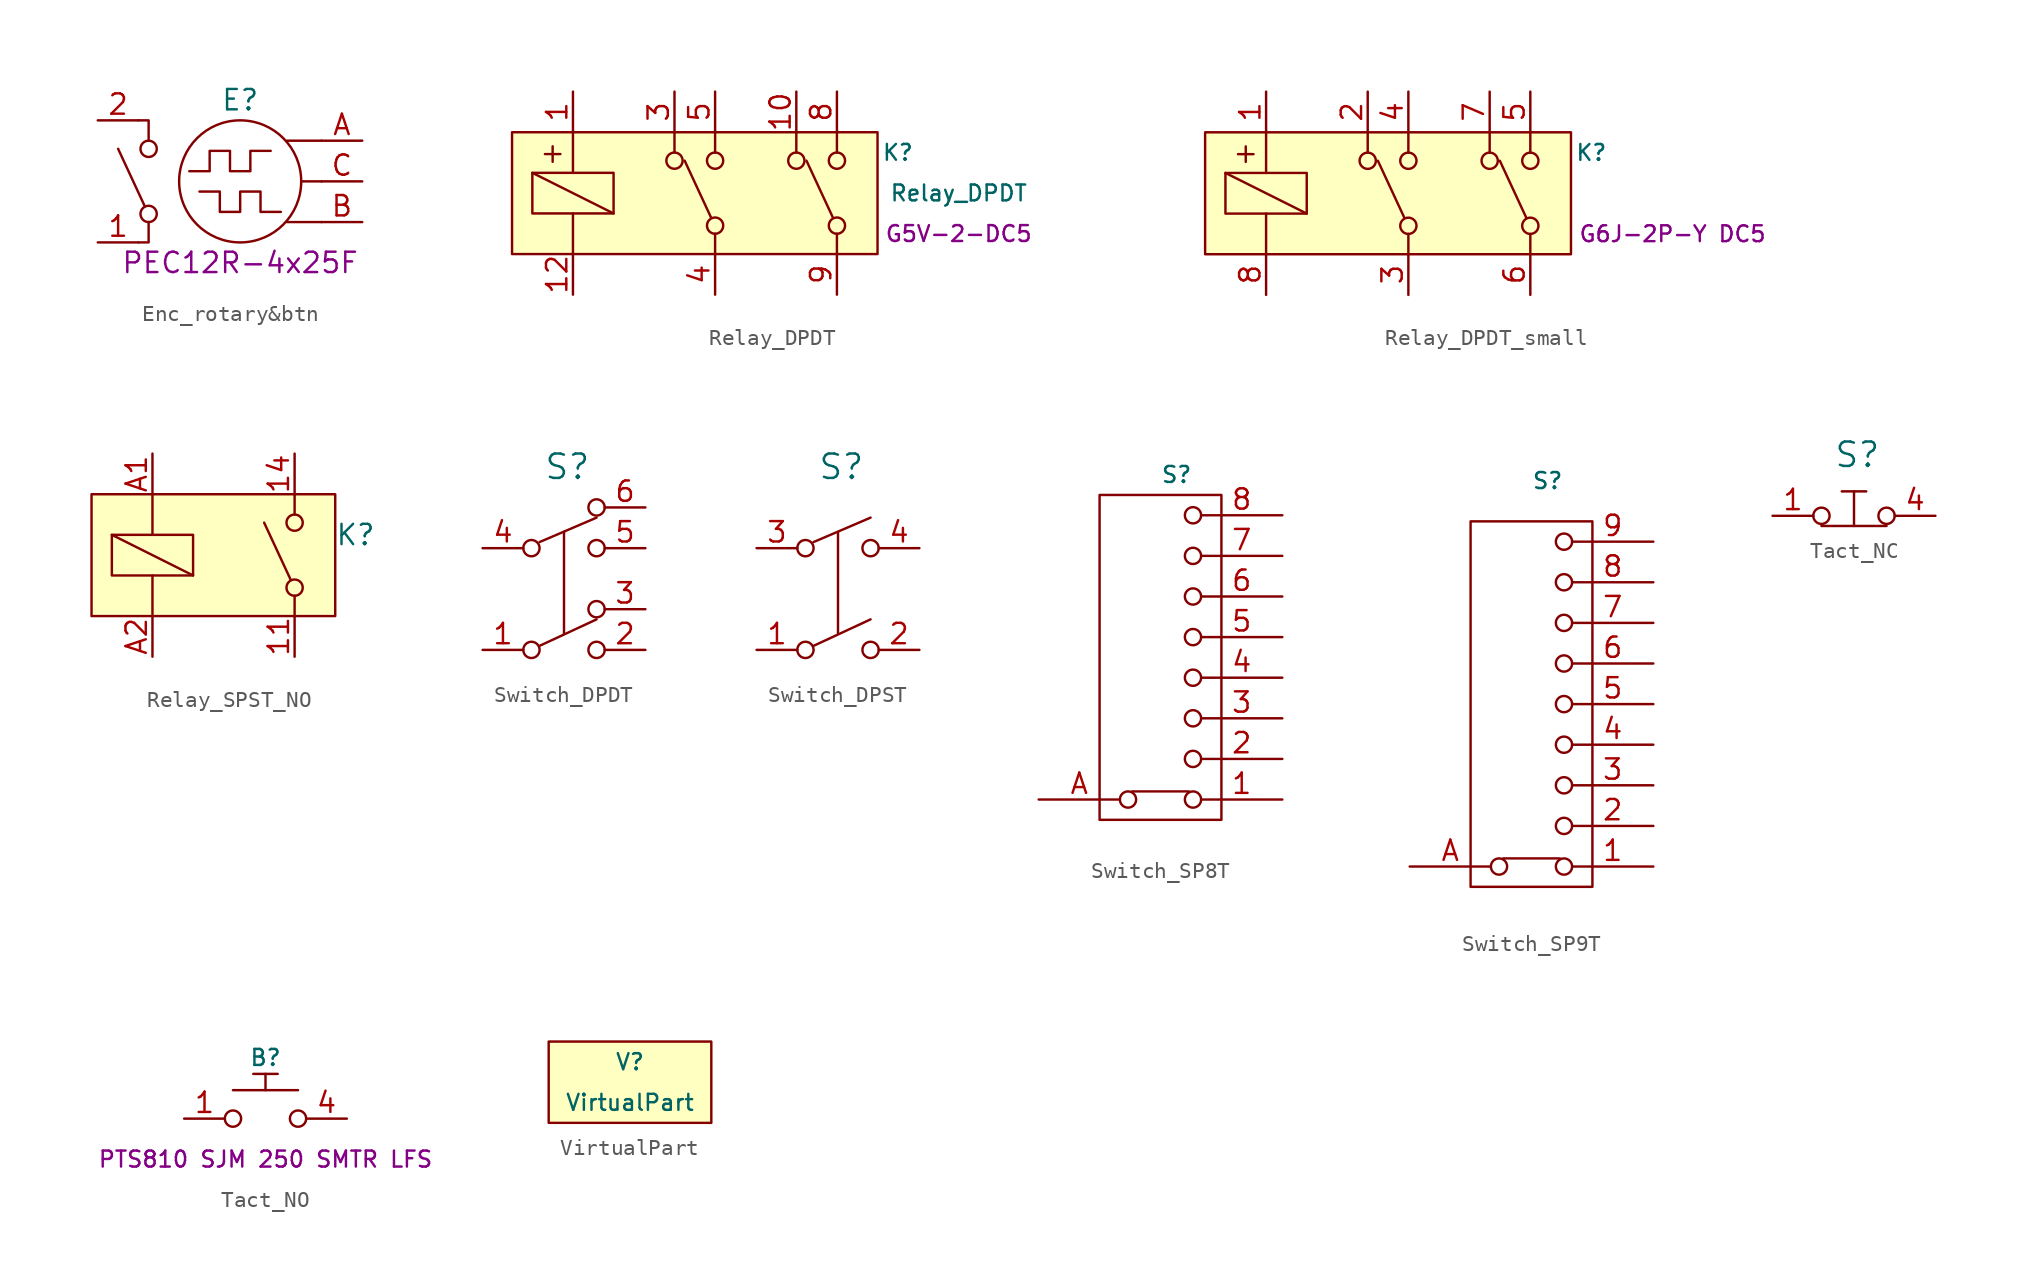
<source format=kicad_sym>
(kicad_symbol_lib
  (version 20231120)
  (generator "kicad_symbol_editor")
  (generator_version "8.0")
  (symbol "Enc_rotary&btn"
    (property "Reference" "E"
      (at 0 5.08 0)
      (effects (font (size 1.27 1.27))))
    (property "MPN" "PEC12R-4x25F"
      (at 0 -5.08 0)
      (effects (font (size 1.27 1.27))))
    (symbol "Enc_rotary&btn_0_1"
      (polyline (pts (xy 2.921 -2.54) (xy 5.08 -2.54)) (stroke (width 0) (type default)) (fill (type none)))
      (polyline (pts (xy 2.921 2.54) (xy 5.08 2.54)) (stroke (width 0) (type default)) (fill (type none)))
      (polyline (pts (xy 3.81 0) (xy 5.08 0)) (stroke (width 0) (type default)) (fill (type none)))
      (polyline (pts (xy -6.35 -3.81) (xy -5.715 -3.81) (xy -5.715 -2.54)) (stroke (width 0) (type default)) (fill (type none)))
      (polyline (pts (xy -5.715 2.54) (xy -5.715 3.81) (xy -6.35 3.81)) (stroke (width 0) (type default)) (fill (type none)))
      (polyline (pts (xy -3.175 0.635) (xy -1.905 0.635) (xy -1.905 1.905) (xy -0.635 1.905) (xy -0.635 0.635) (xy 0.635 0.635) (xy 0.635 1.905) (xy 1.905 1.905)) (stroke (width 0) (type default)) (fill (type none)))
      (polyline (pts (xy -2.54 -0.635) (xy -1.27 -0.635) (xy -1.27 -1.905) (xy 0 -1.905) (xy 0 -0.635) (xy 1.27 -0.635) (xy 1.27 -1.905) (xy 2.54 -1.905)) (stroke (width 0) (type default)) (fill (type none)))
      (circle (center 0 0) (radius 3.81) (stroke (width 0) (type default)) (fill (type none))))
    (symbol "Enc_rotary&btn_1_1"
      (circle (center -5.715 -2.032) (radius 0.508) (stroke (width 0) (type default)) (fill (type none)))
      (circle (center -5.715 2.032) (radius 0.508) (stroke (width 0) (type default)) (fill (type none)))
      (polyline (pts (xy -5.969 -1.524) (xy -7.62 2.032)) (stroke (width 0) (type default)) (fill (type none)))
      (pin passive line (at -8.89 -3.81 0) (length 2.54) (name "~" (effects (font (size 1.27 1.27)))) (number "1" (effects (font (size 1.27 1.27)))))
      (pin passive line (at -8.89 3.81 0) (length 2.54) (name "~" (effects (font (size 1.27 1.27)))) (number "2" (effects (font (size 1.27 1.27)))))
      (pin passive line (at 7.62 2.54 180) (length 2.54) (name "~" (effects (font (size 1.27 1.27)))) (number "A" (effects (font (size 1.27 1.27)))))
      (pin passive line (at 7.62 -2.54 180) (length 2.54) (name "~" (effects (font (size 1.27 1.27)))) (number "B" (effects (font (size 1.27 1.27)))))
      (pin passive line (at 7.62 0 180) (length 2.54) (name "~" (effects (font (size 1.27 1.27)))) (number "C" (effects (font (size 1.27 1.27)))))))
  (symbol "Relay_DPDT"
    (property "Reference" "K"
      (at 11.43 2.54 0)
      (effects (font (size 0.991 0.991))))
    (property "Value" "Relay_DPDT"
      (at 15.24 0 0)
      (effects (font (size 0.991 0.991))))
    (property "MPN" "G5V-2-DC5"
      (at 15.24 -2.54 0)
      (effects (font (size 0.991 0.991))))
    (symbol "Relay_DPDT_0_0"
      (text "+" (at -10.16 2.54 0) (effects (font (size 1.27 1.27)))))
    (symbol "Relay_DPDT_0_1"
      (rectangle (start -12.7 3.81) (end 10.16 -3.81) (stroke (width 0) (type default)) (fill (type background)))
      (rectangle (start -11.43 1.27) (end -6.35 -1.27) (stroke (width 0) (type default)) (fill (type none)))
      (polyline (pts (xy -11.43 1.27) (xy -6.35 -1.27)) (stroke (width 0) (type default)) (fill (type none)))
      (polyline (pts (xy -8.89 -1.27) (xy -8.89 -3.81)) (stroke (width 0) (type default)) (fill (type none)))
      (polyline (pts (xy -8.89 1.27) (xy -8.89 3.81)) (stroke (width 0) (type default)) (fill (type none)))
      (polyline (pts (xy 0 -3.81) (xy 0 -2.54)) (stroke (width 0) (type default)) (fill (type none)))
      (polyline (pts (xy 0 2.54) (xy 0 3.81)) (stroke (width 0) (type default)) (fill (type none))))
    (symbol "Relay_DPDT_1_1"
      (circle (center -2.54 2.032) (radius 0.508) (stroke (width 0) (type default)) (fill (type none)))
      (circle (center 0 -2.032) (radius 0.508) (stroke (width 0) (type default)) (fill (type none)))
      (polyline (pts (xy -2.54 2.54) (xy -2.54 3.81)) (stroke (width 0) (type default)) (fill (type none)))
      (polyline (pts (xy -0.254 -1.524) (xy -1.905 2.032)) (stroke (width 0) (type default)) (fill (type none)))
      (polyline (pts (xy 5.08 2.54) (xy 5.08 3.81)) (stroke (width 0) (type default)) (fill (type none)))
      (polyline (pts (xy 7.366 -1.524) (xy 5.715 2.032)) (stroke (width 0) (type default)) (fill (type none)))
      (polyline (pts (xy 7.62 -3.81) (xy 7.62 -2.54)) (stroke (width 0) (type default)) (fill (type none)))
      (polyline (pts (xy 7.62 2.54) (xy 7.62 3.81)) (stroke (width 0) (type default)) (fill (type none)))
      (circle (center 0 2.032) (radius 0.508) (stroke (width 0) (type default)) (fill (type none)))
      (circle (center 5.08 2.032) (radius 0.508) (stroke (width 0) (type default)) (fill (type none)))
      (circle (center 7.62 -2.032) (radius 0.508) (stroke (width 0) (type default)) (fill (type none)))
      (circle (center 7.62 2.032) (radius 0.508) (stroke (width 0) (type default)) (fill (type none)))
      (pin passive line (at -8.89 6.35 270) (length 2.54) (name "~" (effects (font (size 1.27 1.27)))) (number "1" (effects (font (size 1.27 1.27)))))
      (pin passive line (at 5.08 6.35 270) (length 2.54) (name "~" (effects (font (size 1.27 1.27)))) (number "10" (effects (font (size 1.27 1.27)))))
      (pin passive line (at -8.89 -6.35 90) (length 2.54) (name "~" (effects (font (size 1.27 1.27)))) (number "12" (effects (font (size 1.27 1.27)))))
      (pin passive line (at -2.54 6.35 270) (length 2.54) (name "~" (effects (font (size 1.27 1.27)))) (number "3" (effects (font (size 1.27 1.27)))))
      (pin passive line (at 0 -6.35 90) (length 2.54) (name "~" (effects (font (size 1.27 1.27)))) (number "4" (effects (font (size 1.27 1.27)))))
      (pin passive line (at 0 6.35 270) (length 2.54) (name "~" (effects (font (size 1.27 1.27)))) (number "5" (effects (font (size 1.27 1.27)))))
      (pin passive line (at 7.62 6.35 270) (length 2.54) (name "~" (effects (font (size 1.27 1.27)))) (number "8" (effects (font (size 1.27 1.27)))))
      (pin passive line (at 7.62 -6.35 90) (length 2.54) (name "~" (effects (font (size 1.27 1.27)))) (number "9" (effects (font (size 1.27 1.27)))))))
  (symbol "Relay_DPDT_small"
    (property "Reference" "K"
      (at 11.43 2.54 0)
      (effects (font (size 0.991 0.991))))
    (property "MPN" "G6J-2P-Y DC5"
      (at 16.51 -2.54 0)
      (effects (font (size 0.991 0.991))))
    (symbol "Relay_DPDT_small_0_0"
      (text "+" (at -10.16 2.54 0) (effects (font (size 1.27 1.27)))))
    (symbol "Relay_DPDT_small_0_1"
      (rectangle (start -12.7 3.81) (end 10.16 -3.81) (stroke (width 0) (type default)) (fill (type background)))
      (rectangle (start -11.43 1.27) (end -6.35 -1.27) (stroke (width 0) (type default)) (fill (type none)))
      (polyline (pts (xy -11.43 1.27) (xy -6.35 -1.27)) (stroke (width 0) (type default)) (fill (type none)))
      (polyline (pts (xy -8.89 -1.27) (xy -8.89 -3.81)) (stroke (width 0) (type default)) (fill (type none)))
      (polyline (pts (xy -8.89 1.27) (xy -8.89 3.81)) (stroke (width 0) (type default)) (fill (type none)))
      (polyline (pts (xy 0 -3.81) (xy 0 -2.54)) (stroke (width 0) (type default)) (fill (type none)))
      (polyline (pts (xy 0 2.54) (xy 0 3.81)) (stroke (width 0) (type default)) (fill (type none))))
    (symbol "Relay_DPDT_small_1_1"
      (circle (center -2.54 2.032) (radius 0.508) (stroke (width 0) (type default)) (fill (type none)))
      (circle (center 0 -2.032) (radius 0.508) (stroke (width 0) (type default)) (fill (type none)))
      (polyline (pts (xy -2.54 2.54) (xy -2.54 3.81)) (stroke (width 0) (type default)) (fill (type none)))
      (polyline (pts (xy -0.254 -1.524) (xy -1.905 2.032)) (stroke (width 0) (type default)) (fill (type none)))
      (polyline (pts (xy 5.08 2.54) (xy 5.08 3.81)) (stroke (width 0) (type default)) (fill (type none)))
      (polyline (pts (xy 7.366 -1.524) (xy 5.715 2.032)) (stroke (width 0) (type default)) (fill (type none)))
      (polyline (pts (xy 7.62 -3.81) (xy 7.62 -2.54)) (stroke (width 0) (type default)) (fill (type none)))
      (polyline (pts (xy 7.62 2.54) (xy 7.62 3.81)) (stroke (width 0) (type default)) (fill (type none)))
      (circle (center 0 2.032) (radius 0.508) (stroke (width 0) (type default)) (fill (type none)))
      (circle (center 5.08 2.032) (radius 0.508) (stroke (width 0) (type default)) (fill (type none)))
      (circle (center 7.62 -2.032) (radius 0.508) (stroke (width 0) (type default)) (fill (type none)))
      (circle (center 7.62 2.032) (radius 0.508) (stroke (width 0) (type default)) (fill (type none)))
      (pin passive line (at -8.89 6.35 270) (length 2.54) (name "~" (effects (font (size 1.27 1.27)))) (number "1" (effects (font (size 1.27 1.27)))))
      (pin passive line (at -2.54 6.35 270) (length 2.54) (name "~" (effects (font (size 1.27 1.27)))) (number "2" (effects (font (size 1.27 1.27)))))
      (pin passive line (at 0 -6.35 90) (length 2.54) (name "~" (effects (font (size 1.27 1.27)))) (number "3" (effects (font (size 1.27 1.27)))))
      (pin passive line (at 0 6.35 270) (length 2.54) (name "~" (effects (font (size 1.27 1.27)))) (number "4" (effects (font (size 1.27 1.27)))))
      (pin passive line (at 7.62 6.35 270) (length 2.54) (name "~" (effects (font (size 1.27 1.27)))) (number "5" (effects (font (size 1.27 1.27)))))
      (pin passive line (at 7.62 -6.35 90) (length 2.54) (name "~" (effects (font (size 1.27 1.27)))) (number "6" (effects (font (size 1.27 1.27)))))
      (pin passive line (at 5.08 6.35 270) (length 2.54) (name "~" (effects (font (size 1.27 1.27)))) (number "7" (effects (font (size 1.27 1.27)))))
      (pin passive line (at -8.89 -6.35 90) (length 2.54) (name "~" (effects (font (size 1.27 1.27)))) (number "8" (effects (font (size 1.27 1.27)))))))
  (symbol "Relay_SPST_NO"
    (property "Reference" "K"
      (at 3.81 1.27 0)
      (effects (font (size 1.27 1.27))))
    (symbol "Relay_SPST_NO_0_1"
      (rectangle (start -12.7 3.81) (end 2.54 -3.81) (stroke (width 0) (type default)) (fill (type background)))
      (rectangle (start -11.43 1.27) (end -6.35 -1.27) (stroke (width 0) (type default)) (fill (type none)))
      (polyline (pts (xy -11.43 1.27) (xy -6.35 -1.27)) (stroke (width 0) (type default)) (fill (type none)))
      (polyline (pts (xy -8.89 -1.27) (xy -8.89 -3.81)) (stroke (width 0) (type default)) (fill (type none)))
      (polyline (pts (xy -8.89 1.27) (xy -8.89 3.81)) (stroke (width 0) (type default)) (fill (type none)))
      (polyline (pts (xy 0 -3.81) (xy 0 -2.54)) (stroke (width 0) (type default)) (fill (type none)))
      (polyline (pts (xy 0 2.54) (xy 0 3.81)) (stroke (width 0) (type default)) (fill (type none))))
    (symbol "Relay_SPST_NO_1_1"
      (circle (center 0 -2.032) (radius 0.508) (stroke (width 0) (type default)) (fill (type none)))
      (polyline (pts (xy -0.254 -1.524) (xy -1.905 2.032)) (stroke (width 0) (type default)) (fill (type none)))
      (circle (center 0 2.032) (radius 0.508) (stroke (width 0) (type default)) (fill (type none)))
      (pin passive line (at 0 -6.35 90) (length 2.54) (name "~" (effects (font (size 1.27 1.27)))) (number "11" (effects (font (size 1.27 1.27)))))
      (pin passive line (at 0 6.35 270) (length 2.54) (name "~" (effects (font (size 1.27 1.27)))) (number "14" (effects (font (size 1.27 1.27)))))
      (pin passive line (at -8.89 6.35 270) (length 2.54) (name "~" (effects (font (size 1.27 1.27)))) (number "A1" (effects (font (size 1.27 1.27)))))
      (pin passive line (at -8.89 -6.35 90) (length 2.54) (name "~" (effects (font (size 1.27 1.27)))) (number "A2" (effects (font (size 1.27 1.27)))))))
  (symbol "Switch_DPDT"
    (pin_names hide)
    (property "Reference" "S"
      (at -1.27 11.43 0)
      (effects (font (size 1.524 1.524)) (justify left)))
    (symbol "Switch_DPDT_0_1"
      (circle (center -2.032 0) (radius 0.508) (stroke (width 0) (type default)) (fill (type none)))
      (circle (center -2.032 6.35) (radius 0.508) (stroke (width 0) (type default)) (fill (type none)))
      (polyline (pts (xy -1.524 0.254) (xy 2.032 1.905)) (stroke (width 0) (type default)) (fill (type none)))
      (polyline (pts (xy -1.524 6.731) (xy 2.032 8.255)) (stroke (width 0) (type default)) (fill (type none)))
      (polyline (pts (xy 0 7.366) (xy 0 1.016)) (stroke (width 0) (type default)) (fill (type none)))
      (circle (center 2.032 0) (radius 0.508) (stroke (width 0) (type default)) (fill (type none)))
      (circle (center 2.032 2.54) (radius 0.508) (stroke (width 0) (type default)) (fill (type none)))
      (circle (center 2.032 6.35) (radius 0.508) (stroke (width 0) (type default)) (fill (type none)))
      (circle (center 2.032 8.89) (radius 0.508) (stroke (width 0) (type default)) (fill (type none))))
    (symbol "Switch_DPDT_1_1"
      (pin passive line (at -5.08 0 0) (length 2.54) (name "1" (effects (font (size 1.27 1.27)))) (number "1" (effects (font (size 1.27 1.27)))))
      (pin passive line (at 5.08 0 180) (length 2.54) (name "2" (effects (font (size 1.27 1.27)))) (number "2" (effects (font (size 1.27 1.27)))))
      (pin passive line (at 5.08 2.54 180) (length 2.54) (name "3" (effects (font (size 1.27 1.27)))) (number "3" (effects (font (size 1.27 1.27)))))
      (pin passive line (at -5.08 6.35 0) (length 2.54) (name "4" (effects (font (size 1.27 1.27)))) (number "4" (effects (font (size 1.27 1.27)))))
      (pin passive line (at 5.08 6.35 180) (length 2.54) (name "5" (effects (font (size 1.27 1.27)))) (number "5" (effects (font (size 1.27 1.27)))))
      (pin passive line (at 5.08 8.89 180) (length 2.54) (name "6" (effects (font (size 1.27 1.27)))) (number "6" (effects (font (size 1.27 1.27)))))))
  (symbol "Switch_DPST"
    (pin_names hide)
    (property "Reference" "S"
      (at -1.27 11.43 0)
      (effects (font (size 1.524 1.524)) (justify left)))
    (symbol "Switch_DPST_0_1"
      (circle (center -2.032 0) (radius 0.508) (stroke (width 0) (type default)) (fill (type none)))
      (circle (center -2.032 6.35) (radius 0.508) (stroke (width 0) (type default)) (fill (type none)))
      (polyline (pts (xy -1.524 0.254) (xy 2.032 1.905)) (stroke (width 0) (type default)) (fill (type none)))
      (polyline (pts (xy -1.524 6.731) (xy 2.032 8.255)) (stroke (width 0) (type default)) (fill (type none)))
      (polyline (pts (xy 0 7.366) (xy 0 1.016)) (stroke (width 0) (type default)) (fill (type none)))
      (circle (center 2.032 0) (radius 0.508) (stroke (width 0) (type default)) (fill (type none)))
      (circle (center 2.032 6.35) (radius 0.508) (stroke (width 0) (type default)) (fill (type none))))
    (symbol "Switch_DPST_1_1"
      (pin passive line (at -5.08 0 0) (length 2.54) (name "1" (effects (font (size 1.27 1.27)))) (number "1" (effects (font (size 1.27 1.27)))))
      (pin passive line (at 5.08 0 180) (length 2.54) (name "2" (effects (font (size 1.27 1.27)))) (number "2" (effects (font (size 1.27 1.27)))))
      (pin passive line (at -5.08 6.35 0) (length 2.54) (name "3" (effects (font (size 1.27 1.27)))) (number "3" (effects (font (size 1.27 1.27)))))
      (pin passive line (at 5.08 6.35 180) (length 2.54) (name "4" (effects (font (size 1.27 1.27)))) (number "4" (effects (font (size 1.27 1.27)))))))
  (symbol "Switch_SP8T"
    (pin_names hide)
    (property "Reference" "S"
      (at 0 11.43 0)
      (effects (font (size 1 1)) (justify left)))
    (symbol "Switch_SP8T_0_1"
      (rectangle (start -3.81 10.16) (end 3.81 -10.16) (stroke (width 0) (type default)) (fill (type none)))
      (circle (center -2.032 -8.89) (radius 0.508) (stroke (width 0) (type default)) (fill (type none)))
      (polyline (pts (xy -1.778 -8.382) (xy 1.778 -8.382)) (stroke (width 0) (type default)) (fill (type none)))
      (circle (center 2.032 -8.89) (radius 0.508) (stroke (width 0) (type default)) (fill (type none)))
      (circle (center 2.032 -6.35) (radius 0.508) (stroke (width 0) (type default)) (fill (type none)))
      (circle (center 2.032 -3.81) (radius 0.508) (stroke (width 0) (type default)) (fill (type none)))
      (circle (center 2.032 -1.27) (radius 0.508) (stroke (width 0) (type default)) (fill (type none)))
      (circle (center 2.032 1.27) (radius 0.508) (stroke (width 0) (type default)) (fill (type none)))
      (circle (center 2.032 3.81) (radius 0.508) (stroke (width 0) (type default)) (fill (type none)))
      (circle (center 2.032 6.35) (radius 0.508) (stroke (width 0) (type default)) (fill (type none)))
      (circle (center 2.032 8.89) (radius 0.508) (stroke (width 0) (type default)) (fill (type none))))
    (symbol "Switch_SP8T_1_1"
      (pin passive line (at 7.62 -8.89 180) (length 5.08) (name "1" (effects (font (size 1.27 1.27)))) (number "1" (effects (font (size 1.27 1.27)))))
      (pin passive line (at 7.62 -6.35 180) (length 5.08) (name "2" (effects (font (size 1.27 1.27)))) (number "2" (effects (font (size 1.27 1.27)))))
      (pin passive line (at 7.62 -3.81 180) (length 5.08) (name "3" (effects (font (size 1.27 1.27)))) (number "3" (effects (font (size 1.27 1.27)))))
      (pin passive line (at 7.62 -1.27 180) (length 5.08) (name "4" (effects (font (size 1.27 1.27)))) (number "4" (effects (font (size 1.27 1.27)))))
      (pin passive line (at 7.62 1.27 180) (length 5.08) (name "5" (effects (font (size 1.27 1.27)))) (number "5" (effects (font (size 1.27 1.27)))))
      (pin passive line (at 7.62 3.81 180) (length 5.08) (name "36" (effects (font (size 1.27 1.27)))) (number "6" (effects (font (size 1.27 1.27)))))
      (pin passive line (at 7.62 6.35 180) (length 5.08) (name "7" (effects (font (size 1.27 1.27)))) (number "7" (effects (font (size 1.27 1.27)))))
      (pin passive line (at 7.62 8.89 180) (length 5.08) (name "8" (effects (font (size 1.27 1.27)))) (number "8" (effects (font (size 1.27 1.27)))))
      (pin passive line (at -7.62 -8.89 0) (length 5.08) (name "A" (effects (font (size 1.27 1.27)))) (number "A" (effects (font (size 1.27 1.27)))))))
  (symbol "Switch_SP9T"
    (pin_names hide)
    (property "Reference" "S"
      (at 0 13.97 0)
      (effects (font (size 1 1)) (justify left)))
    (symbol "Switch_SP9T_0_1"
      (rectangle (start -3.81 11.43) (end 3.81 -11.43) (stroke (width 0) (type default)) (fill (type none)))
      (circle (center -2.032 -10.16) (radius 0.508) (stroke (width 0) (type default)) (fill (type none)))
      (polyline (pts (xy -1.778 -9.652) (xy 1.778 -9.652)) (stroke (width 0) (type default)) (fill (type none)))
      (circle (center 2.032 -10.16) (radius 0.508) (stroke (width 0) (type default)) (fill (type none)))
      (circle (center 2.032 -7.62) (radius 0.508) (stroke (width 0) (type default)) (fill (type none)))
      (circle (center 2.032 -5.08) (radius 0.508) (stroke (width 0) (type default)) (fill (type none)))
      (circle (center 2.032 -2.54) (radius 0.508) (stroke (width 0) (type default)) (fill (type none)))
      (circle (center 2.032 0) (radius 0.508) (stroke (width 0) (type default)) (fill (type none)))
      (circle (center 2.032 2.54) (radius 0.508) (stroke (width 0) (type default)) (fill (type none)))
      (circle (center 2.032 5.08) (radius 0.508) (stroke (width 0) (type default)) (fill (type none)))
      (circle (center 2.032 7.62) (radius 0.508) (stroke (width 0) (type default)) (fill (type none)))
      (circle (center 2.032 10.16) (radius 0.508) (stroke (width 0) (type default)) (fill (type none))))
    (symbol "Switch_SP9T_1_1"
      (pin passive line (at 7.62 -10.16 180) (length 5.08) (name "1" (effects (font (size 1.27 1.27)))) (number "1" (effects (font (size 1.27 1.27)))))
      (pin passive line (at 7.62 -7.62 180) (length 5.08) (name "2" (effects (font (size 1.27 1.27)))) (number "2" (effects (font (size 1.27 1.27)))))
      (pin passive line (at 7.62 -5.08 180) (length 5.08) (name "3" (effects (font (size 1.27 1.27)))) (number "3" (effects (font (size 1.27 1.27)))))
      (pin passive line (at 7.62 -2.54 180) (length 5.08) (name "4" (effects (font (size 1.27 1.27)))) (number "4" (effects (font (size 1.27 1.27)))))
      (pin passive line (at 7.62 0 180) (length 5.08) (name "5" (effects (font (size 1.27 1.27)))) (number "5" (effects (font (size 1.27 1.27)))))
      (pin passive line (at 7.62 2.54 180) (length 5.08) (name "36" (effects (font (size 1.27 1.27)))) (number "6" (effects (font (size 1.27 1.27)))))
      (pin passive line (at 7.62 5.08 180) (length 5.08) (name "7" (effects (font (size 1.27 1.27)))) (number "7" (effects (font (size 1.27 1.27)))))
      (pin passive line (at 7.62 7.62 180) (length 5.08) (name "8" (effects (font (size 1.27 1.27)))) (number "8" (effects (font (size 1.27 1.27)))))
      (pin passive line (at 7.62 10.16 180) (length 5.08) (name "9" (effects (font (size 1.27 1.27)))) (number "9" (effects (font (size 1.27 1.27)))))
      (pin passive line (at -7.62 -10.16 0) (length 5.08) (name "A" (effects (font (size 1.27 1.27)))) (number "A" (effects (font (size 1.27 1.27)))))))
  (symbol "Tact_NC"
    (pin_names hide)
    (property "Reference" "S"
      (at -1.27 3.81 0)
      (effects (font (size 1.524 1.524)) (justify left)))
    (symbol "Tact_NC_0_1"
      (circle (center -2.032 0) (radius 0.508) (stroke (width 0) (type default)) (fill (type none)))
      (polyline (pts (xy -2.032 -0.635) (xy 2.032 -0.635)) (stroke (width 0) (type default)) (fill (type none)))
      (polyline (pts (xy -0.762 1.524) (xy 0.762 1.524)) (stroke (width 0) (type default)) (fill (type none)))
      (polyline (pts (xy 0 -0.635) (xy 0 1.524)) (stroke (width 0) (type default)) (fill (type none)))
      (circle (center 2.032 0) (radius 0.508) (stroke (width 0) (type default)) (fill (type none))))
    (symbol "Tact_NC_1_1"
      (pin passive line (at -5.08 0 0) (length 2.54) (name "1" (effects (font (size 1.27 1.27)))) (number "1" (effects (font (size 1.27 1.27)))))
      (pin passive line (at 5.08 0 180) (length 2.54) (name "4" (effects (font (size 1.27 1.27)))) (number "4" (effects (font (size 1.27 1.27)))))))
  (symbol "Tact_NO"
    (pin_names hide)
    (property "Reference" "B"
      (at 0 3.81 0)
      (effects (font (size 1 1))))
    (property "MPN" "PTS810 SJM 250 SMTR LFS"
      (at 0 -2.54 0)
      (effects (font (size 1 1))))
    (symbol "Tact_NO_0_1"
      (circle (center -2.032 0) (radius 0.508) (stroke (width 0) (type default)) (fill (type none)))
      (polyline (pts (xy -2.032 1.778) (xy 2.032 1.778)) (stroke (width 0) (type default)) (fill (type none)))
      (polyline (pts (xy -0.762 2.794) (xy 0.762 2.794)) (stroke (width 0) (type default)) (fill (type none)))
      (polyline (pts (xy 0 1.778) (xy 0 2.794)) (stroke (width 0) (type default)) (fill (type none)))
      (circle (center 2.032 0) (radius 0.508) (stroke (width 0) (type default)) (fill (type none))))
    (symbol "Tact_NO_1_1"
      (pin passive line (at -5.08 0 0) (length 2.54) (name "1" (effects (font (size 1.27 1.27)))) (number "1" (effects (font (size 1.27 1.27)))))
      (pin passive line (at 5.08 0 180) (length 2.54) (name "4" (effects (font (size 1.27 1.27)))) (number "4" (effects (font (size 1.27 1.27)))))))
  (symbol "VirtualPart"
    (property "Reference" "V"
      (at 0 1.27 0)
      (effects (font (size 1 1))))
    (property "Value" "VirtualPart"
      (at 0 -1.27 0)
      (effects (font (size 1 1))))
    (symbol "VirtualPart_0_1"
      (rectangle (start -5.08 2.54) (end 5.08 -2.54) (stroke (width 0.152) (type default)) (fill (type background))))))
</source>
